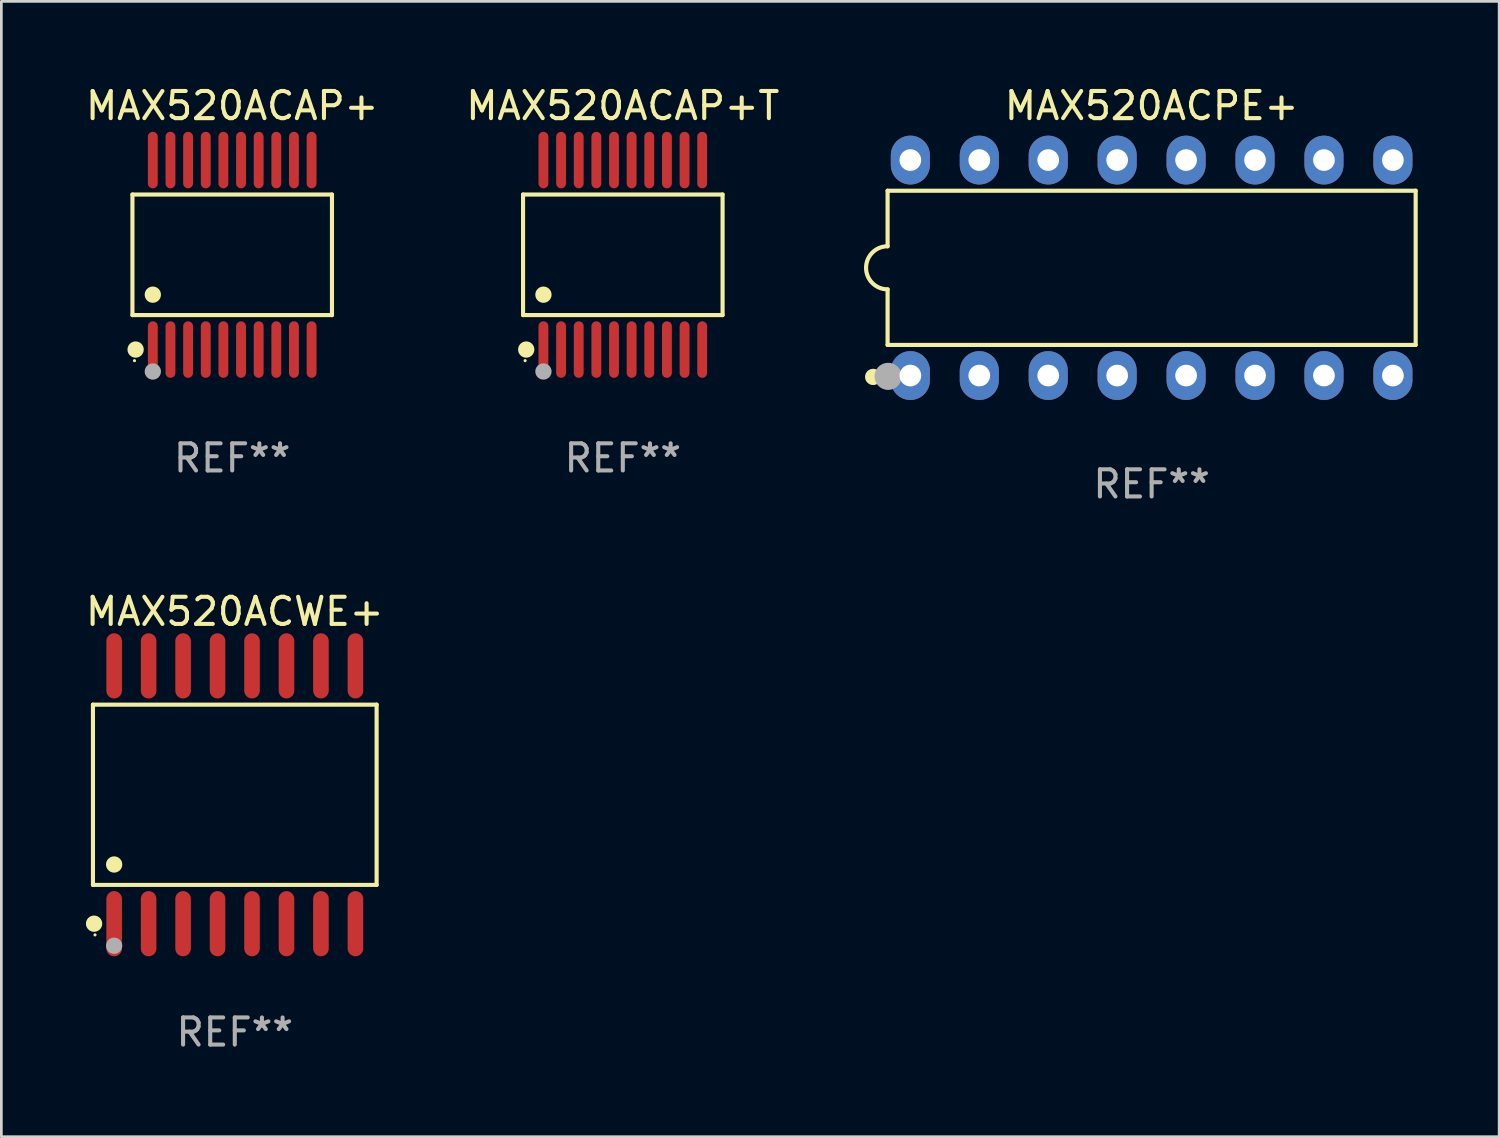
<source format=kicad_pcb>
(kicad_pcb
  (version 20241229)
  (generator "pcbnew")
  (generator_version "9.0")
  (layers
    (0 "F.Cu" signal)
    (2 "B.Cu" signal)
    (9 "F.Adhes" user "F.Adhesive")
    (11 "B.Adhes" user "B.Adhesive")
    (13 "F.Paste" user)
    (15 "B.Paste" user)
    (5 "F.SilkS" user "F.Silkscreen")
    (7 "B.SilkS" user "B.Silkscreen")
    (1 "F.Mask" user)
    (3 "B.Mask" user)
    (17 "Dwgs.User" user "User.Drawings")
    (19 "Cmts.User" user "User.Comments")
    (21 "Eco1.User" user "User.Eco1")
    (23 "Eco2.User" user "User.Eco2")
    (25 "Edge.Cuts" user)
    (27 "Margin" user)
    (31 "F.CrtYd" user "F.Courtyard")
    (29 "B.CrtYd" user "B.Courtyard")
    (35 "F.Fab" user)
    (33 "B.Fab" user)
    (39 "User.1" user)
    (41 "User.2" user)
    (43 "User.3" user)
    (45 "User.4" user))
  (footprint "MAX520ACAP+T"
    (layer "F.Cu")
    (at 19.899 6.339)
    (property "Reference" "MAX520ACAP+T" (at 0 -5.491 0) (layer "F.SilkS") (effects (font (size 1 1) (thickness 0.15))))
    (attr through_hole)
    (fp_line (start -3.676 -2.221) (end 3.676 -2.221) (stroke (width 0.152) (type solid)) (layer "F.SilkS"))
    (fp_line (start -3.676 2.221) (end -3.676 -2.221) (stroke (width 0.152) (type solid)) (layer "F.SilkS"))
    (fp_line (start 3.676 -2.221) (end 3.676 2.221) (stroke (width 0.152) (type solid)) (layer "F.SilkS"))
    (fp_line (start 3.676 2.221) (end -3.676 2.221) (stroke (width 0.152) (type solid)) (layer "F.SilkS"))
    (fp_circle (center -3.6 3.9) (end -3.57 3.9) (stroke (width 0.06) (type solid)) (fill no) (layer "F.SilkS"))
    (fp_circle (center -3.559 3.491) (end -3.409 3.491) (stroke (width 0.3) (type solid)) (fill no) (layer "F.SilkS"))
    (fp_circle (center -2.925 1.469) (end -2.775 1.469) (stroke (width 0.3) (type solid)) (fill no) (layer "F.SilkS"))
    (fp_circle (center -2.925 4.3) (end -2.775 4.3) (stroke (width 0.3) (type solid)) (fill no) (layer "F.Fab"))
    (fp_text user "REF**" (at 0 7.491 0) (layer "F.Fab") (effects (font (size 1 1) (thickness 0.15))))
    (pad "1" smd oval (at -2.925 3.491) (size 0.364 2.082) (layers "F.Cu" "F.Mask" "F.Paste"))
    (pad "2" smd oval (at -2.275 3.491) (size 0.364 2.082) (layers "F.Cu" "F.Mask" "F.Paste"))
    (pad "3" smd oval (at -1.625 3.491) (size 0.364 2.082) (layers "F.Cu" "F.Mask" "F.Paste"))
    (pad "4" smd oval (at -0.975 3.491) (size 0.364 2.082) (layers "F.Cu" "F.Mask" "F.Paste"))
    (pad "5" smd oval (at -0.325 3.491) (size 0.364 2.082) (layers "F.Cu" "F.Mask" "F.Paste"))
    (pad "6" smd oval (at 0.325 3.491) (size 0.364 2.082) (layers "F.Cu" "F.Mask" "F.Paste"))
    (pad "7" smd oval (at 0.975 3.491) (size 0.364 2.082) (layers "F.Cu" "F.Mask" "F.Paste"))
    (pad "8" smd oval (at 1.625 3.491) (size 0.364 2.082) (layers "F.Cu" "F.Mask" "F.Paste"))
    (pad "9" smd oval (at 2.275 3.491) (size 0.364 2.082) (layers "F.Cu" "F.Mask" "F.Paste"))
    (pad "10" smd oval (at 2.925 3.491) (size 0.364 2.082) (layers "F.Cu" "F.Mask" "F.Paste"))
    (pad "11" smd oval (at 2.925 -3.491) (size 0.364 2.082) (layers "F.Cu" "F.Mask" "F.Paste"))
    (pad "12" smd oval (at 2.275 -3.491) (size 0.364 2.082) (layers "F.Cu" "F.Mask" "F.Paste"))
    (pad "13" smd oval (at 1.625 -3.491) (size 0.364 2.082) (layers "F.Cu" "F.Mask" "F.Paste"))
    (pad "14" smd oval (at 0.975 -3.491) (size 0.364 2.082) (layers "F.Cu" "F.Mask" "F.Paste"))
    (pad "15" smd oval (at 0.325 -3.491) (size 0.364 2.082) (layers "F.Cu" "F.Mask" "F.Paste"))
    (pad "16" smd oval (at -0.325 -3.491) (size 0.364 2.082) (layers "F.Cu" "F.Mask" "F.Paste"))
    (pad "17" smd oval (at -0.975 -3.491) (size 0.364 2.082) (layers "F.Cu" "F.Mask" "F.Paste"))
    (pad "18" smd oval (at -1.625 -3.491) (size 0.364 2.082) (layers "F.Cu" "F.Mask" "F.Paste"))
    (pad "19" smd oval (at -2.275 -3.491) (size 0.364 2.082) (layers "F.Cu" "F.Mask" "F.Paste"))
    (pad "20" smd oval (at -2.925 -3.491) (size 0.364 2.082) (layers "F.Cu" "F.Mask" "F.Paste")))
  (footprint "MAX520ACPE+"
    (layer "F.Cu")
    (at 39.384 6.818)
    (property "Reference" "MAX520ACPE+" (at 0 -5.97 0) (layer "F.SilkS") (effects (font (size 1 1) (thickness 0.15))))
    (attr through_hole)
    (fp_line (start -9.729 -2.841) (end -9.729 -0.794) (stroke (width 0.152) (type solid)) (layer "F.SilkS"))
    (fp_line (start -9.729 0.794) (end -9.729 2.841) (stroke (width 0.152) (type solid)) (layer "F.SilkS"))
    (fp_line (start -9.729 2.841) (end 9.729 2.841) (stroke (width 0.152) (type solid)) (layer "F.SilkS"))
    (fp_line (start 9.729 -2.841) (end -9.729 -2.841) (stroke (width 0.152) (type solid)) (layer "F.SilkS"))
    (fp_line (start 9.729 2.841) (end 9.729 -2.841) (stroke (width 0.152) (type solid)) (layer "F.SilkS"))
    (fp_arc (start -9.7287 0.793749) (mid -10.522449 0) (end -9.7287 -0.793749) (stroke (width 0.1524) (type solid)) (layer "F.SilkS"))
    (fp_circle (center -10.26 4.02) (end -10.11 4.02) (stroke (width 0.3) (type solid)) (fill no) (layer "F.SilkS"))
    (fp_circle (center -9.653 4.23) (end -9.623 4.23) (stroke (width 0.06) (type solid)) (fill no) (layer "F.SilkS"))
    (fp_circle (center -9.71 4) (end -9.46 4) (stroke (width 0.5) (type solid)) (fill no) (layer "F.Fab"))
    (fp_text user "REF**" (at 0 7.97 0) (layer "F.Fab") (effects (font (size 1 1) (thickness 0.15))))
    (pad "1" thru_hole oval (at -8.89 3.97) (size 1.44 1.8) (drill 0.8) (layers "*.Cu" "*.Mask"))
    (pad "2" thru_hole oval (at -6.35 3.97) (size 1.44 1.8) (drill 0.8) (layers "*.Cu" "*.Mask"))
    (pad "3" thru_hole oval (at -3.81 3.97) (size 1.44 1.8) (drill 0.8) (layers "*.Cu" "*.Mask"))
    (pad "4" thru_hole oval (at -1.27 3.97) (size 1.44 1.8) (drill 0.8) (layers "*.Cu" "*.Mask"))
    (pad "5" thru_hole oval (at 1.27 3.97) (size 1.44 1.8) (drill 0.8) (layers "*.Cu" "*.Mask"))
    (pad "6" thru_hole oval (at 3.81 3.97) (size 1.44 1.8) (drill 0.8) (layers "*.Cu" "*.Mask"))
    (pad "7" thru_hole oval (at 6.35 3.97) (size 1.44 1.8) (drill 0.8) (layers "*.Cu" "*.Mask"))
    (pad "8" thru_hole oval (at 8.89 3.97) (size 1.44 1.8) (drill 0.8) (layers "*.Cu" "*.Mask"))
    (pad "9" thru_hole oval (at 8.89 -3.97) (size 1.44 1.8) (drill 0.8) (layers "*.Cu" "*.Mask"))
    (pad "10" thru_hole oval (at 6.35 -3.97) (size 1.44 1.8) (drill 0.8) (layers "*.Cu" "*.Mask"))
    (pad "11" thru_hole oval (at 3.81 -3.97) (size 1.44 1.8) (drill 0.8) (layers "*.Cu" "*.Mask"))
    (pad "12" thru_hole oval (at 1.27 -3.97) (size 1.44 1.8) (drill 0.8) (layers "*.Cu" "*.Mask"))
    (pad "13" thru_hole oval (at -1.27 -3.97) (size 1.44 1.8) (drill 0.8) (layers "*.Cu" "*.Mask"))
    (pad "14" thru_hole oval (at -3.81 -3.97) (size 1.44 1.8) (drill 0.8) (layers "*.Cu" "*.Mask"))
    (pad "15" thru_hole oval (at -6.35 -3.97) (size 1.44 1.8) (drill 0.8) (layers "*.Cu" "*.Mask"))
    (pad "16" thru_hole oval (at -8.89 -3.97) (size 1.44 1.8) (drill 0.8) (layers "*.Cu" "*.Mask")))
  (footprint "MAX520ACWE+"
    (layer "F.Cu")
    (at 5.601 26.235)
    (property "Reference" "MAX520ACWE+" (at 0 -6.75 0) (layer "F.SilkS") (effects (font (size 1 1) (thickness 0.15))))
    (attr through_hole)
    (fp_line (start -5.226 -3.321) (end 5.226 -3.321) (stroke (width 0.152) (type solid)) (layer "F.SilkS"))
    (fp_line (start -5.226 3.321) (end -5.226 -3.321) (stroke (width 0.152) (type solid)) (layer "F.SilkS"))
    (fp_line (start 5.226 -3.321) (end 5.226 3.321) (stroke (width 0.152) (type solid)) (layer "F.SilkS"))
    (fp_line (start 5.226 3.321) (end -5.226 3.321) (stroke (width 0.152) (type solid)) (layer "F.SilkS"))
    (fp_circle (center -5.184 4.75) (end -5.034 4.75) (stroke (width 0.3) (type solid)) (fill no) (layer "F.SilkS"))
    (fp_circle (center -5.15 5.163) (end -5.12 5.163) (stroke (width 0.06) (type solid)) (fill no) (layer "F.SilkS"))
    (fp_circle (center -4.445 2.569) (end -4.295 2.569) (stroke (width 0.3) (type solid)) (fill no) (layer "F.SilkS"))
    (fp_circle (center -4.445 5.563) (end -4.295 5.563) (stroke (width 0.3) (type solid)) (fill no) (layer "F.Fab"))
    (fp_text user "REF**" (at 0 8.75 0) (layer "F.Fab") (effects (font (size 1 1) (thickness 0.15))))
    (pad "1" smd oval (at -4.445 4.75) (size 0.574 2.401) (layers "F.Cu" "F.Mask" "F.Paste"))
    (pad "2" smd oval (at -3.175 4.75) (size 0.574 2.401) (layers "F.Cu" "F.Mask" "F.Paste"))
    (pad "3" smd oval (at -1.905 4.75) (size 0.574 2.401) (layers "F.Cu" "F.Mask" "F.Paste"))
    (pad "4" smd oval (at -0.635 4.75) (size 0.574 2.401) (layers "F.Cu" "F.Mask" "F.Paste"))
    (pad "5" smd oval (at 0.635 4.75) (size 0.574 2.401) (layers "F.Cu" "F.Mask" "F.Paste"))
    (pad "6" smd oval (at 1.905 4.75) (size 0.574 2.401) (layers "F.Cu" "F.Mask" "F.Paste"))
    (pad "7" smd oval (at 3.175 4.75) (size 0.574 2.401) (layers "F.Cu" "F.Mask" "F.Paste"))
    (pad "8" smd oval (at 4.445 4.75) (size 0.574 2.401) (layers "F.Cu" "F.Mask" "F.Paste"))
    (pad "9" smd oval (at 4.445 -4.75) (size 0.574 2.401) (layers "F.Cu" "F.Mask" "F.Paste"))
    (pad "10" smd oval (at 3.175 -4.75) (size 0.574 2.401) (layers "F.Cu" "F.Mask" "F.Paste"))
    (pad "11" smd oval (at 1.905 -4.75) (size 0.574 2.401) (layers "F.Cu" "F.Mask" "F.Paste"))
    (pad "12" smd oval (at 0.635 -4.75) (size 0.574 2.401) (layers "F.Cu" "F.Mask" "F.Paste"))
    (pad "13" smd oval (at -0.635 -4.75) (size 0.574 2.401) (layers "F.Cu" "F.Mask" "F.Paste"))
    (pad "14" smd oval (at -1.905 -4.75) (size 0.574 2.401) (layers "F.Cu" "F.Mask" "F.Paste"))
    (pad "15" smd oval (at -3.175 -4.75) (size 0.574 2.401) (layers "F.Cu" "F.Mask" "F.Paste"))
    (pad "16" smd oval (at -4.445 -4.75) (size 0.574 2.401) (layers "F.Cu" "F.Mask" "F.Paste")))
  (footprint "MAX520ACAP+"
    (layer "F.Cu")
    (at 5.506 6.339)
    (property "Reference" "MAX520ACAP+" (at 0 -5.491 0) (layer "F.SilkS") (effects (font (size 1 1) (thickness 0.15))))
    (attr through_hole)
    (fp_line (start -3.676 -2.221) (end 3.676 -2.221) (stroke (width 0.152) (type solid)) (layer "F.SilkS"))
    (fp_line (start -3.676 2.221) (end -3.676 -2.221) (stroke (width 0.152) (type solid)) (layer "F.SilkS"))
    (fp_line (start 3.676 -2.221) (end 3.676 2.221) (stroke (width 0.152) (type solid)) (layer "F.SilkS"))
    (fp_line (start 3.676 2.221) (end -3.676 2.221) (stroke (width 0.152) (type solid)) (layer "F.SilkS"))
    (fp_circle (center -3.6 3.9) (end -3.57 3.9) (stroke (width 0.06) (type solid)) (fill no) (layer "F.SilkS"))
    (fp_circle (center -3.559 3.491) (end -3.409 3.491) (stroke (width 0.3) (type solid)) (fill no) (layer "F.SilkS"))
    (fp_circle (center -2.925 1.469) (end -2.775 1.469) (stroke (width 0.3) (type solid)) (fill no) (layer "F.SilkS"))
    (fp_circle (center -2.925 4.3) (end -2.775 4.3) (stroke (width 0.3) (type solid)) (fill no) (layer "F.Fab"))
    (fp_text user "REF**" (at 0 7.491 0) (layer "F.Fab") (effects (font (size 1 1) (thickness 0.15))))
    (pad "1" smd oval (at -2.925 3.491) (size 0.364 2.082) (layers "F.Cu" "F.Mask" "F.Paste"))
    (pad "2" smd oval (at -2.275 3.491) (size 0.364 2.082) (layers "F.Cu" "F.Mask" "F.Paste"))
    (pad "3" smd oval (at -1.625 3.491) (size 0.364 2.082) (layers "F.Cu" "F.Mask" "F.Paste"))
    (pad "4" smd oval (at -0.975 3.491) (size 0.364 2.082) (layers "F.Cu" "F.Mask" "F.Paste"))
    (pad "5" smd oval (at -0.325 3.491) (size 0.364 2.082) (layers "F.Cu" "F.Mask" "F.Paste"))
    (pad "6" smd oval (at 0.325 3.491) (size 0.364 2.082) (layers "F.Cu" "F.Mask" "F.Paste"))
    (pad "7" smd oval (at 0.975 3.491) (size 0.364 2.082) (layers "F.Cu" "F.Mask" "F.Paste"))
    (pad "8" smd oval (at 1.625 3.491) (size 0.364 2.082) (layers "F.Cu" "F.Mask" "F.Paste"))
    (pad "9" smd oval (at 2.275 3.491) (size 0.364 2.082) (layers "F.Cu" "F.Mask" "F.Paste"))
    (pad "10" smd oval (at 2.925 3.491) (size 0.364 2.082) (layers "F.Cu" "F.Mask" "F.Paste"))
    (pad "11" smd oval (at 2.925 -3.491) (size 0.364 2.082) (layers "F.Cu" "F.Mask" "F.Paste"))
    (pad "12" smd oval (at 2.275 -3.491) (size 0.364 2.082) (layers "F.Cu" "F.Mask" "F.Paste"))
    (pad "13" smd oval (at 1.625 -3.491) (size 0.364 2.082) (layers "F.Cu" "F.Mask" "F.Paste"))
    (pad "14" smd oval (at 0.975 -3.491) (size 0.364 2.082) (layers "F.Cu" "F.Mask" "F.Paste"))
    (pad "15" smd oval (at 0.325 -3.491) (size 0.364 2.082) (layers "F.Cu" "F.Mask" "F.Paste"))
    (pad "16" smd oval (at -0.325 -3.491) (size 0.364 2.082) (layers "F.Cu" "F.Mask" "F.Paste"))
    (pad "17" smd oval (at -0.975 -3.491) (size 0.364 2.082) (layers "F.Cu" "F.Mask" "F.Paste"))
    (pad "18" smd oval (at -1.625 -3.491) (size 0.364 2.082) (layers "F.Cu" "F.Mask" "F.Paste"))
    (pad "19" smd oval (at -2.275 -3.491) (size 0.364 2.082) (layers "F.Cu" "F.Mask" "F.Paste"))
    (pad "20" smd oval (at -2.925 -3.491) (size 0.364 2.082) (layers "F.Cu" "F.Mask" "F.Paste")))
  (gr_rect
    (start -3 -3)
    (end 52.189 38.834)
    (stroke (width 0.1) (type default))
    (fill no)
    (layer "Edge.Cuts")))
</source>
